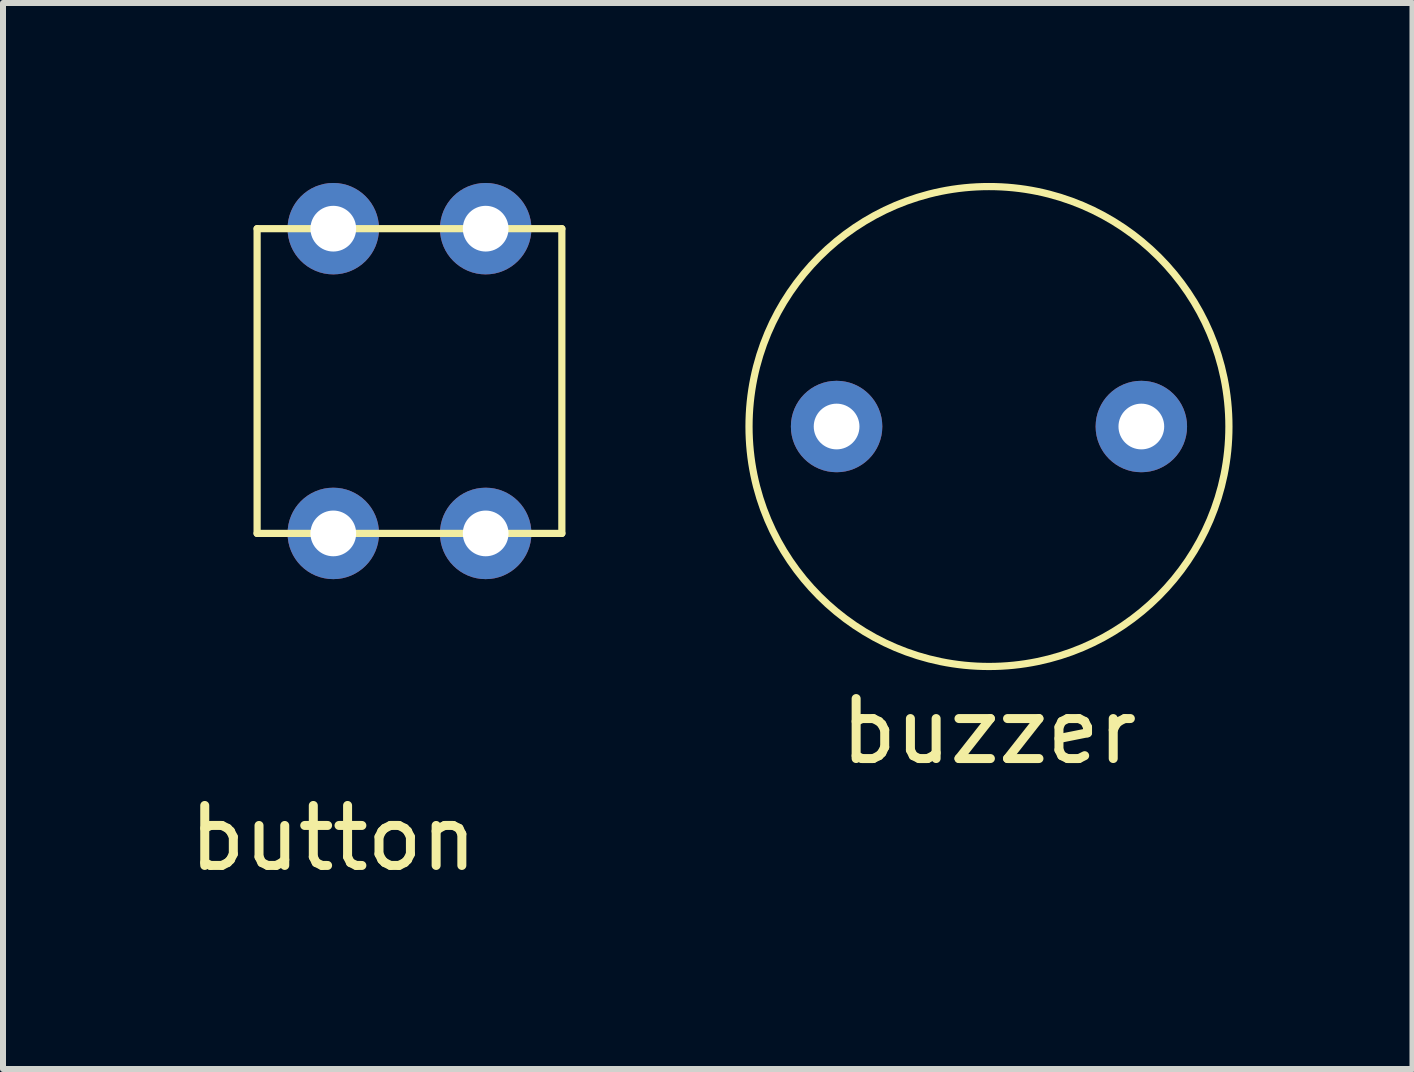
<source format=kicad_pcb>
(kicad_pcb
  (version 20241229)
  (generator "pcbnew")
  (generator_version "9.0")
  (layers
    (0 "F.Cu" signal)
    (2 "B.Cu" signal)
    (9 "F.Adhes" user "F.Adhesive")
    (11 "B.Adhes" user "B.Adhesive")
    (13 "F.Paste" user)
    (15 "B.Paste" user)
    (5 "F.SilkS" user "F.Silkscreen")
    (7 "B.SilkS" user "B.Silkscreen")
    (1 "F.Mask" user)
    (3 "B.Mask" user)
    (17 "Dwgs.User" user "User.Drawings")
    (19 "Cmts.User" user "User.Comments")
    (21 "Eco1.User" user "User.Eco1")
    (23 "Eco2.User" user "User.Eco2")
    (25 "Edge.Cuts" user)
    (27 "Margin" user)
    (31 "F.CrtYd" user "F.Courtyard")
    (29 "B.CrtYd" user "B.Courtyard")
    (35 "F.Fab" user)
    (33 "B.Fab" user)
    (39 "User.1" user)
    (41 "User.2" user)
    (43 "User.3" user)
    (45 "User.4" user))
  (footprint "buzzer"
    (layer "F.Cu")
    (at 13.436 4.06)
    (property "Reference" "buzzer" (at 0 5.08 0) (layer "F.SilkS") (effects (font (size 1 1) (thickness 0.15))))
    (attr through_hole)
    (fp_circle (center 0 0) (end 4 0) (stroke (width 0.12) (type solid)) (fill no) (layer "F.SilkS"))
    (pad "1" thru_hole circle (at -2.54 0) (size 1.524 1.524) (drill 0.762) (layers "*.Cu" "*.Mask"))
    (pad "2" thru_hole circle (at 2.54 0) (size 1.524 1.524) (drill 0.762) (layers "*.Cu" "*.Mask")))
  (footprint "button"
    (layer "F.Cu")
    (at 2.506 5.842)
    (property "Reference" "button" (at 0 5.08 0) (layer "F.SilkS") (effects (font (size 1 1) (thickness 0.15))))
    (attr through_hole)
    (fp_line (start -1.27 -5.08) (end -1.27 0) (stroke (width 0.12) (type solid)) (layer "F.SilkS"))
    (fp_line (start -1.27 0) (end 3.81 0) (stroke (width 0.12) (type solid)) (layer "F.SilkS"))
    (fp_line (start 3.81 -5.08) (end -1.27 -5.08) (stroke (width 0.12) (type solid)) (layer "F.SilkS"))
    (fp_line (start 3.81 0) (end 3.81 -5.08) (stroke (width 0.12) (type solid)) (layer "F.SilkS"))
    (pad "1" thru_hole circle (at 0 0) (size 1.524 1.524) (drill 0.762) (layers "*.Cu" "*.Mask"))
    (pad "2" thru_hole circle (at 2.54 0) (size 1.524 1.524) (drill 0.762) (layers "*.Cu" "*.Mask"))
    (pad "3" thru_hole circle (at 0 -5.08) (size 1.524 1.524) (drill 0.762) (layers "*.Cu" "*.Mask"))
    (pad "4" thru_hole circle (at 2.54 -5.08) (size 1.524 1.524) (drill 0.762) (layers "*.Cu" "*.Mask")))
  (gr_rect
    (start -3 -3)
    (end 20.496 14.77)
    (stroke (width 0.1) (type default))
    (fill no)
    (layer "Edge.Cuts")))
</source>
